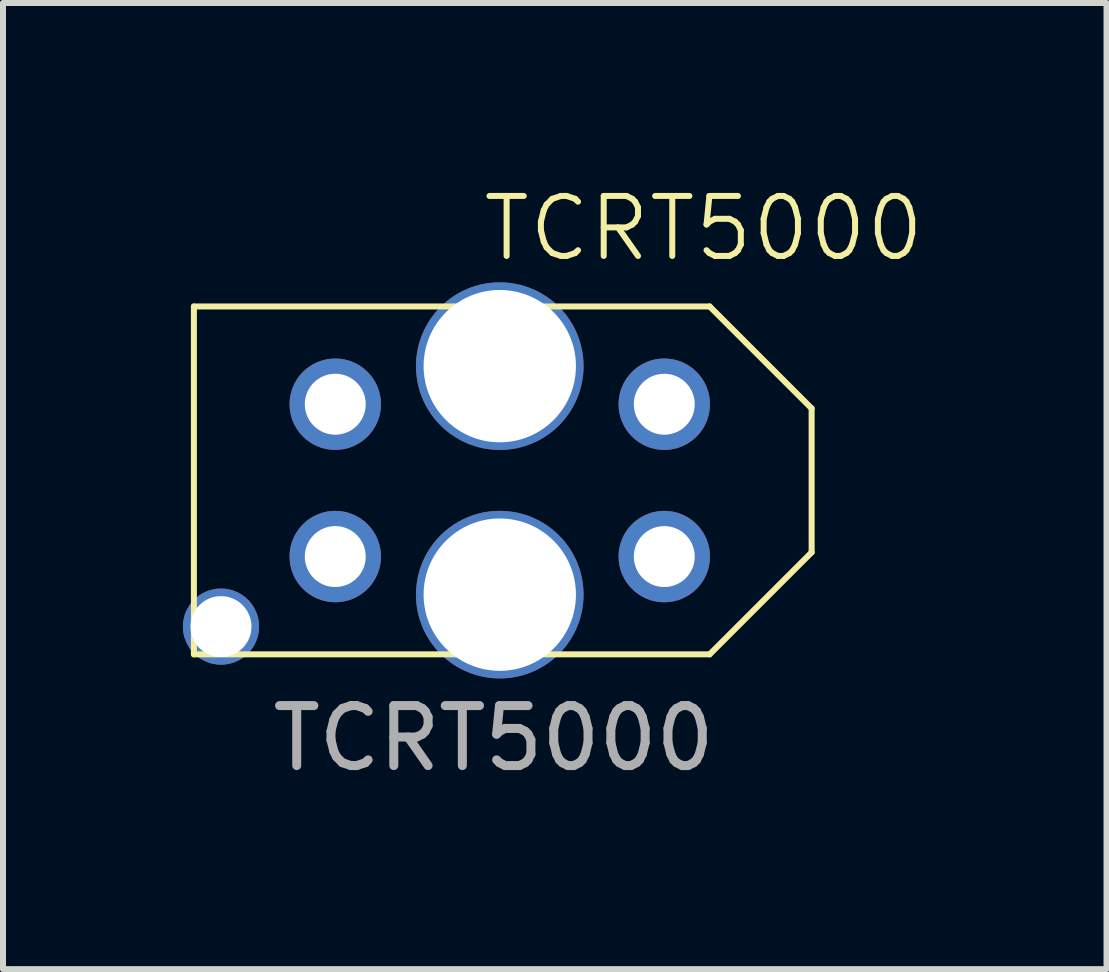
<source format=kicad_pcb>
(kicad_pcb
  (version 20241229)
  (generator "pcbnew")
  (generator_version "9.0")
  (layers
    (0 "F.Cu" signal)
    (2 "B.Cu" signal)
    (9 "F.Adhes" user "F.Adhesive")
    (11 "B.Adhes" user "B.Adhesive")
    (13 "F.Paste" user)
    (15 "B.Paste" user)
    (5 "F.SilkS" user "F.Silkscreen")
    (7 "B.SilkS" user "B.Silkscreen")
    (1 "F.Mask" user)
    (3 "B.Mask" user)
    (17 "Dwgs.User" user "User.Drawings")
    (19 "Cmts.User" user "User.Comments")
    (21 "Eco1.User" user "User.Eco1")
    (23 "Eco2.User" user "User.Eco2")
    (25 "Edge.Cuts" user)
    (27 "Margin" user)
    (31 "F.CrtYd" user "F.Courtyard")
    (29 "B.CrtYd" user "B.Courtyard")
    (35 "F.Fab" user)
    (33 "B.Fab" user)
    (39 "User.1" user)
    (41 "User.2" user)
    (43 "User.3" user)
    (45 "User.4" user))
  (footprint "TCRT5000"
    (layer "F.Cu")
    (at 5.283 4.96)
    (property "Reference" "TCRT5000" (at 3.4 -4.2 0) (unlocked yes) (layer "F.SilkS") (effects (font (size 1 1) (thickness 0.1))))
    (attr through_hole)
    (fp_line (start -5.1 -2.9) (end 3.5 -2.9) (stroke (width 0.1) (type default)) (layer "F.SilkS"))
    (fp_line (start -5.1 2.9) (end -5.1 -2.9) (stroke (width 0.1) (type default)) (layer "F.SilkS"))
    (fp_line (start 3.5 2.9) (end -5.1 2.9) (stroke (width 0.1) (type default)) (layer "F.SilkS"))
    (fp_line (start 5.2 -1.2) (end 3.5 -2.9) (stroke (width 0.1) (type default)) (layer "F.SilkS"))
    (fp_line (start 5.2 -1.2) (end 5.2 1.2) (stroke (width 0.1) (type default)) (layer "F.SilkS"))
    (fp_line (start 5.2 1.2) (end 3.5 2.9) (stroke (width 0.1) (type default)) (layer "F.SilkS"))
    (fp_text user "${REFERENCE}" (at -0.1 4.3 0) (unlocked yes) (layer "F.Fab") (effects (font (size 1 1) (thickness 0.15))))
    (pad "1" thru_hole circle (at 2.743 -1.27) (size 1.524 1.524) (drill 1.016) (layers "*.Cu" "*.Mask"))
    (pad "2" thru_hole circle (at 2.743 1.27) (size 1.524 1.524) (drill 1.016) (layers "*.Cu" "*.Mask"))
    (pad "3" thru_hole circle (at -2.743 -1.27) (size 1.524 1.524) (drill 1.016) (layers "*.Cu" "*.Mask"))
    (pad "4" thru_hole circle (at -2.743 1.27) (size 1.524 1.524) (drill 1.016) (layers "*.Cu" "*.Mask"))
    (pad "5" thru_hole circle (at 0 -1.905) (size 2.794 2.794) (drill 2.54) (layers "*.Cu" "*.Mask"))
    (pad "6" thru_hole circle (at 0 1.905) (size 2.794 2.794) (drill 2.54) (layers "*.Cu" "*.Mask"))
    (pad "7" thru_hole circle (at -4.648 2.438) (size 1.27 1.27) (drill 1.016) (layers "*.Cu" "*.Mask")))
  (gr_rect
    (start -3 -3)
    (end 15.4 13.109)
    (stroke (width 0.1) (type default))
    (fill no)
    (layer "Edge.Cuts")))
</source>
